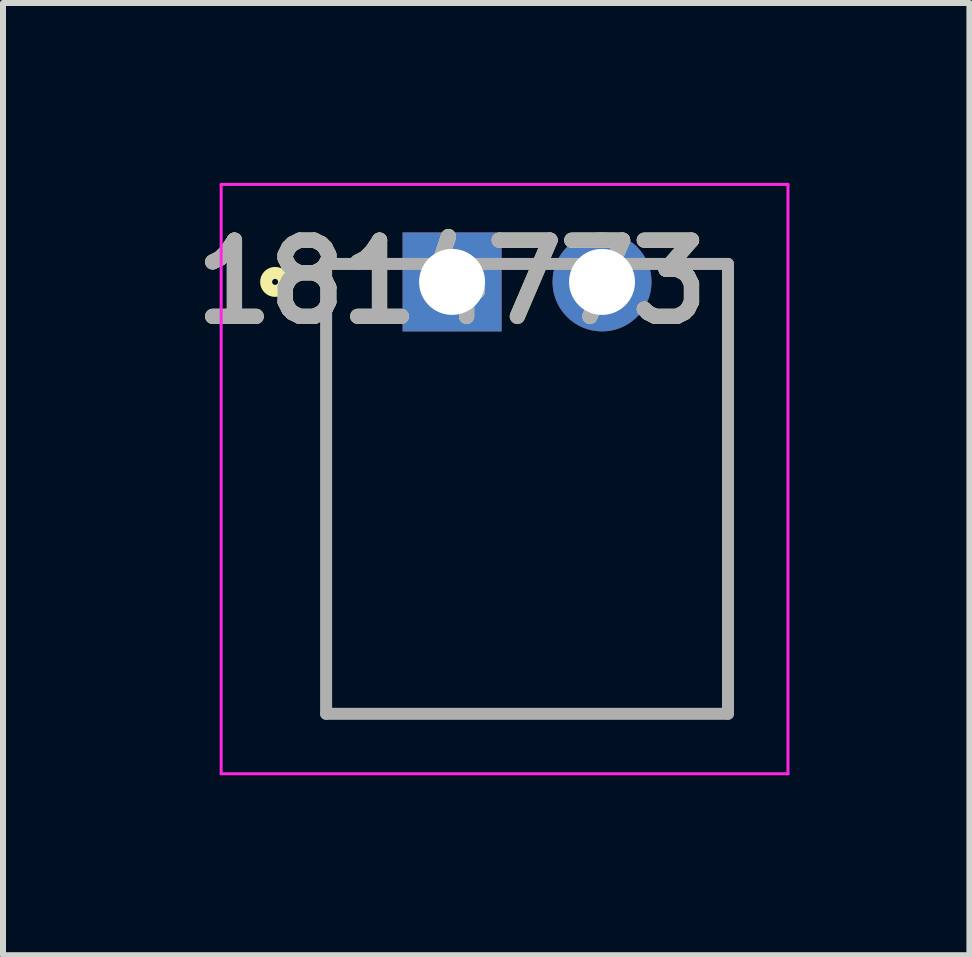
<source format=kicad_pcb>
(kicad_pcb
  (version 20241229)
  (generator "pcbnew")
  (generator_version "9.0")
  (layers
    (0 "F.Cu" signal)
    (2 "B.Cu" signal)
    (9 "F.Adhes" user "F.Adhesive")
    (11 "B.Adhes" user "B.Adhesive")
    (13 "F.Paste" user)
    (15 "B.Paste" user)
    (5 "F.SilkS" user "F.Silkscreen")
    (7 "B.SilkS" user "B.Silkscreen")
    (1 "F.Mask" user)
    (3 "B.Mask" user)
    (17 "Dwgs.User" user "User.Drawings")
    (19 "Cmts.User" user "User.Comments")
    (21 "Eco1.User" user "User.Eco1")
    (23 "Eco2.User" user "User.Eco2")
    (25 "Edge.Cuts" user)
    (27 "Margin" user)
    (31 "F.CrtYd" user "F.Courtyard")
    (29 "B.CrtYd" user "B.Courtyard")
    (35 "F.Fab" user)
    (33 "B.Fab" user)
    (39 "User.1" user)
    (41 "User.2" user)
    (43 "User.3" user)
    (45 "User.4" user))
  (footprint "1814773"
    (layer "F.Cu")
    (at 4.487 1.65)
    (property "Reference" "1814773" (at 0 0 0) (layer "F.SilkS") (effects (font (size 1.27 1.27) (thickness 0.254))))
    (attr through_hole)
    (fp_line (start -2.1 7.2) (end -2.1 -0.3) (stroke (width 0.1) (type solid)) (layer "F.SilkS"))
    (fp_line (start 4.6 -0.3) (end 4.6 7.2) (stroke (width 0.1) (type solid)) (layer "F.SilkS"))
    (fp_line (start 4.6 7.2) (end -2.1 7.2) (stroke (width 0.1) (type solid)) (layer "F.SilkS"))
    (fp_circle (center -2.95 0) (end -2.95 0.05) (stroke (width 0.2) (type solid)) (fill no) (layer "F.SilkS"))
    (fp_line (start -3.85 -1.625) (end 5.6 -1.625) (stroke (width 0.05) (type solid)) (layer "F.CrtYd"))
    (fp_line (start -3.85 8.2) (end -3.85 -1.625) (stroke (width 0.05) (type solid)) (layer "F.CrtYd"))
    (fp_line (start 5.6 -1.625) (end 5.6 8.2) (stroke (width 0.05) (type solid)) (layer "F.CrtYd"))
    (fp_line (start 5.6 8.2) (end -3.85 8.2) (stroke (width 0.05) (type solid)) (layer "F.CrtYd"))
    (fp_line (start -2.1 -0.3) (end 4.6 -0.3) (stroke (width 0.2) (type solid)) (layer "F.Fab"))
    (fp_line (start -2.1 7.2) (end -2.1 -0.3) (stroke (width 0.2) (type solid)) (layer "F.Fab"))
    (fp_line (start 4.6 -0.3) (end 4.6 7.2) (stroke (width 0.2) (type solid)) (layer "F.Fab"))
    (fp_line (start 4.6 7.2) (end -2.1 7.2) (stroke (width 0.2) (type solid)) (layer "F.Fab"))
    (fp_text user "${REFERENCE}" (at 0 0 0) (layer "F.Fab") (effects (font (size 1.27 1.27) (thickness 0.254))))
    (pad "1" thru_hole rect (at 0 0) (size 1.65 1.65) (drill 1.1) (layers "*.Cu" "*.Mask"))
    (pad "2" thru_hole circle (at 2.5 0) (size 1.65 1.65) (drill 1.1) (layers "*.Cu" "*.Mask")))
  (gr_rect
    (start -3 -3)
    (end 13.112 12.875)
    (stroke (width 0.1) (type default))
    (fill no)
    (layer "Edge.Cuts")))
</source>
